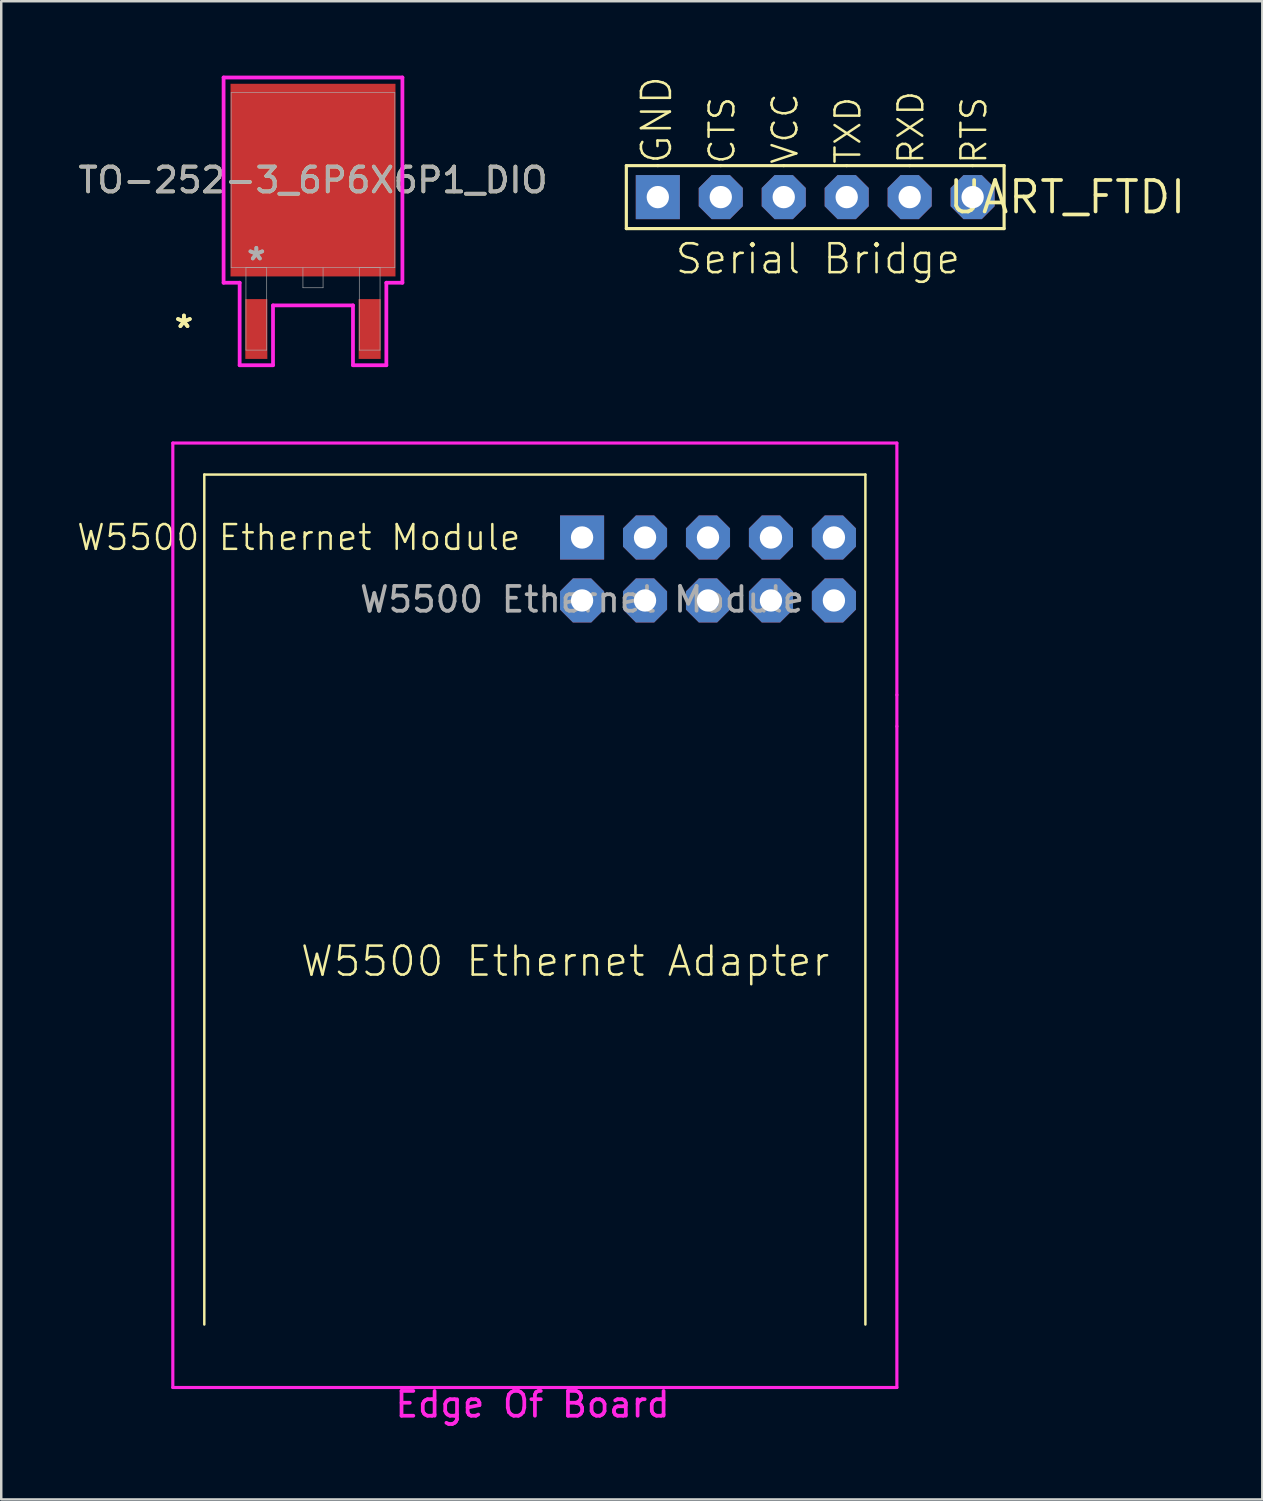
<source format=kicad_pcb>
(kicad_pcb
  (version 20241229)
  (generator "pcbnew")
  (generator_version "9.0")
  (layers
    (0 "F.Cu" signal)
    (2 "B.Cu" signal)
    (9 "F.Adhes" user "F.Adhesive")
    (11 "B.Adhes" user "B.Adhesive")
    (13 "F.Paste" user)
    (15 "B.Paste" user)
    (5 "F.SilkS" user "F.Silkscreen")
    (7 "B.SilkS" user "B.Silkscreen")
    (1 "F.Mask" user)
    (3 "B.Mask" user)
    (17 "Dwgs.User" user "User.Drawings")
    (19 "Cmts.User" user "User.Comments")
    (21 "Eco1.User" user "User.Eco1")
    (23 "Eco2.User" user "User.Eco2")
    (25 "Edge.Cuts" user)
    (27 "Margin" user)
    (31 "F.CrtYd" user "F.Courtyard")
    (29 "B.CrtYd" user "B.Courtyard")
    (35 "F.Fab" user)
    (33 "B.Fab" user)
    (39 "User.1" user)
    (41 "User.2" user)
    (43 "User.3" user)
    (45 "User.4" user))
  (footprint "W5500 Ethernet Module"
    (layer "F.Cu")
    (at 20.432 18.634)
    (property "Reference" "W5500 Ethernet Module" (at -11.43 0 0) (unlocked yes) (layer "F.SilkS") (effects (font (size 1 1) (thickness 0.1))))
    (fp_line (start -15.24 -2.54) (end -15.24 31.75) (stroke (width 0.1) (type default)) (layer "F.SilkS"))
    (fp_line (start 11.43 -2.54) (end -15.24 -2.54) (stroke (width 0.1) (type default)) (layer "F.SilkS"))
    (fp_line (start 11.43 -2.54) (end 11.43 31.75) (stroke (width 0.1) (type default)) (layer "F.SilkS"))
    (fp_line (start -16.51 -3.81) (end -16.51 34.29) (stroke (width 0.127) (type solid)) (layer "F.CrtYd"))
    (fp_line (start -16.51 34.29) (end 12.7 34.29) (stroke (width 0.127) (type solid)) (layer "F.CrtYd"))
    (fp_line (start 12.7 -3.81) (end -16.51 -3.81) (stroke (width 0.127) (type solid)) (layer "F.CrtYd"))
    (fp_line (start 12.7 6.35) (end 12.7 -3.81) (stroke (width 0.127) (type solid)) (layer "F.CrtYd"))
    (fp_line (start 12.7 7.62) (end 12.7 6.35) (stroke (width 0.127) (type solid)) (layer "F.CrtYd"))
    (fp_line (start 12.7 34.29) (end 12.7 7.62) (stroke (width 0.127) (type solid)) (layer "F.CrtYd"))
    (fp_text user "W5500 Ethernet Adapter" (at -11.43 17.78 0) (layer "F.SilkS") (effects (font (size 1.168 1.168) (thickness 0.102)) (justify left bottom)))
    (fp_text user "Edge Of Board" (at -7.62 35.56 0) (unlocked yes) (layer "F.CrtYd") (effects (font (size 1 1) (thickness 0.15)) (justify left bottom)))
    (fp_text user "${REFERENCE}" (at 0 2.5 0) (unlocked yes) (layer "F.Fab") (effects (font (size 1 1) (thickness 0.15))))
    (pad "3V3" thru_hole roundrect (at 10.16 2.54) (size 1.778 1.778) (drill 0.9) (layers "*.Cu" "*.Mask") (roundrect_rratio 0.25) (chamfer_ratio 0.293) (chamfer top_left top_right bottom_left bottom_right))
    (pad "5V" thru_hole roundrect (at 10.16 0) (size 1.778 1.778) (drill 0.9) (layers "*.Cu" "*.Mask") (roundrect_rratio 0.25) (chamfer_ratio 0.293) (chamfer top_left top_right bottom_left bottom_right))
    (pad "GND@1" thru_hole rect (at 0 0) (size 1.778 1.778) (drill 0.9) (layers "*.Cu" "*.Mask"))
    (pad "GND@2" thru_hole roundrect (at 7.62 0) (size 1.778 1.778) (drill 0.9) (layers "*.Cu" "*.Mask") (roundrect_rratio 0.25) (chamfer_ratio 0.293) (chamfer top_left top_right bottom_left bottom_right))
    (pad "INT" thru_hole roundrect (at 2.54 0) (size 1.778 1.778) (drill 0.9) (layers "*.Cu" "*.Mask") (roundrect_rratio 0.25) (chamfer_ratio 0.293) (chamfer top_left top_right bottom_left bottom_right))
    (pad "MISO" thru_hole roundrect (at 7.62 2.54) (size 1.778 1.778) (drill 0.9) (layers "*.Cu" "*.Mask") (roundrect_rratio 0.25) (chamfer_ratio 0.293) (chamfer top_left top_right bottom_left bottom_right))
    (pad "MOSI" thru_hole roundrect (at 5.08 2.54) (size 1.778 1.778) (drill 0.9) (layers "*.Cu" "*.Mask") (roundrect_rratio 0.25) (chamfer_ratio 0.293) (chamfer top_left top_right bottom_left bottom_right))
    (pad "RST" thru_hole roundrect (at 5.08 0) (size 1.778 1.778) (drill 0.9) (layers "*.Cu" "*.Mask") (roundrect_rratio 0.25) (chamfer_ratio 0.293) (chamfer top_left top_right bottom_left bottom_right))
    (pad "SCLK" thru_hole roundrect (at 0 2.54) (size 1.778 1.778) (drill 0.9) (layers "*.Cu" "*.Mask") (roundrect_rratio 0.25) (chamfer_ratio 0.293) (chamfer top_left top_right bottom_left bottom_right))
    (pad "SCS" thru_hole roundrect (at 2.54 2.54) (size 1.778 1.778) (drill 0.9) (layers "*.Cu" "*.Mask") (roundrect_rratio 0.25) (chamfer_ratio 0.293) (chamfer top_left top_right bottom_left bottom_right)))
  (footprint "TO-252-3_6P6X6P1_DIO"
    (layer "F.Cu")
    (at 9.577 4.216)
    (property "Reference" "TO-252-3_6P6X6P1_DIO" (at 0 0 0) (unlocked yes) (layer "F.SilkS") (effects (font (size 1 1) (thickness 0.15))))
    (attr smd)
    (fp_line (start -3.607 -4.14) (end 3.607 -4.14) (stroke (width 0.152) (type solid)) (layer "F.CrtYd"))
    (fp_line (start -3.607 4.14) (end -3.607 -4.14) (stroke (width 0.152) (type solid)) (layer "F.CrtYd"))
    (fp_line (start -2.959 4.14) (end -3.607 4.14) (stroke (width 0.152) (type solid)) (layer "F.CrtYd"))
    (fp_line (start -2.959 7.468) (end -2.959 4.14) (stroke (width 0.152) (type solid)) (layer "F.CrtYd"))
    (fp_line (start -1.613 5.055) (end -1.613 7.468) (stroke (width 0.152) (type solid)) (layer "F.CrtYd"))
    (fp_line (start -1.613 7.468) (end -2.959 7.468) (stroke (width 0.152) (type solid)) (layer "F.CrtYd"))
    (fp_line (start 1.613 5.055) (end -1.613 5.055) (stroke (width 0.152) (type solid)) (layer "F.CrtYd"))
    (fp_line (start 1.613 7.468) (end 1.613 5.055) (stroke (width 0.152) (type solid)) (layer "F.CrtYd"))
    (fp_line (start 2.959 4.14) (end 2.959 7.468) (stroke (width 0.152) (type solid)) (layer "F.CrtYd"))
    (fp_line (start 2.959 7.468) (end 1.613 7.468) (stroke (width 0.152) (type solid)) (layer "F.CrtYd"))
    (fp_line (start 3.607 -4.14) (end 3.607 4.14) (stroke (width 0.152) (type solid)) (layer "F.CrtYd"))
    (fp_line (start 3.607 4.14) (end 2.959 4.14) (stroke (width 0.152) (type solid)) (layer "F.CrtYd"))
    (fp_line (start -3.302 -3.531) (end -3.302 3.531) (stroke (width 0.025) (type solid)) (layer "F.Fab"))
    (fp_line (start -3.302 3.531) (end 3.302 3.531) (stroke (width 0.025) (type solid)) (layer "F.Fab"))
    (fp_line (start -2.705 3.531) (end -2.705 6.858) (stroke (width 0.025) (type solid)) (layer "F.Fab"))
    (fp_line (start -2.705 6.858) (end -1.867 6.858) (stroke (width 0.025) (type solid)) (layer "F.Fab"))
    (fp_line (start -1.867 3.531) (end -2.705 3.531) (stroke (width 0.025) (type solid)) (layer "F.Fab"))
    (fp_line (start -1.867 6.858) (end -1.867 3.531) (stroke (width 0.025) (type solid)) (layer "F.Fab"))
    (fp_line (start -0.406 3.531) (end -0.406 4.343) (stroke (width 0.025) (type solid)) (layer "F.Fab"))
    (fp_line (start -0.406 4.343) (end 0.406 4.343) (stroke (width 0.025) (type solid)) (layer "F.Fab"))
    (fp_line (start 0.406 4.343) (end 0.406 3.531) (stroke (width 0.025) (type solid)) (layer "F.Fab"))
    (fp_line (start 1.867 3.531) (end 1.867 6.858) (stroke (width 0.025) (type solid)) (layer "F.Fab"))
    (fp_line (start 1.867 6.858) (end 2.705 6.858) (stroke (width 0.025) (type solid)) (layer "F.Fab"))
    (fp_line (start 2.705 3.531) (end 1.867 3.531) (stroke (width 0.025) (type solid)) (layer "F.Fab"))
    (fp_line (start 2.705 6.858) (end 2.705 3.531) (stroke (width 0.025) (type solid)) (layer "F.Fab"))
    (fp_line (start 3.302 -3.531) (end -3.302 -3.531) (stroke (width 0.025) (type solid)) (layer "F.Fab"))
    (fp_line (start 3.302 3.531) (end 3.302 -3.531) (stroke (width 0.025) (type solid)) (layer "F.Fab"))
    (fp_text user "*" (at -5.207 6.007 0) (unlocked yes) (layer "F.SilkS") (effects (font (size 1 1) (thickness 0.15))))
    (fp_text user "*" (at -5.207 6.007 0) (layer "F.SilkS") (effects (font (size 1 1) (thickness 0.15))))
    (fp_text user "*" (at -2.286 3.277 0) (layer "F.Fab") (effects (font (size 1 1) (thickness 0.15))))
    (fp_text user "${REFERENCE}" (at 0 0 0) (unlocked yes) (layer "F.Fab") (effects (font (size 1 1) (thickness 0.15))))
    (fp_text user "*" (at -2.286 3.277 0) (unlocked yes) (layer "F.Fab") (effects (font (size 1 1) (thickness 0.15))))
    (pad "1" smd rect (at -2.286 6.007) (size 0.889 2.413) (layers "F.Cu" "F.Mask" "F.Paste"))
    (pad "2" smd rect (at 0 0) (size 6.655 7.772) (layers "F.Cu" "F.Mask" "F.Paste"))
    (pad "3" smd rect (at 2.286 6.007) (size 0.889 2.413) (layers "F.Cu" "F.Mask" "F.Paste")))
  (footprint "UART_FTDI"
    (layer "F.Cu")
    (at 29.838 4.902)
    (property "Reference" "UART_FTDI" (at 10.16 0 0) (layer "F.SilkS") (effects (font (size 1.27 1.27) (thickness 0.15))))
    (fp_line (start -7.62 -1.27) (end -7.62 1.27) (stroke (width 0.127) (type solid)) (layer "F.SilkS"))
    (fp_line (start -7.62 1.27) (end 7.62 1.27) (stroke (width 0.127) (type solid)) (layer "F.SilkS"))
    (fp_line (start -6.35 -1.27) (end -7.62 -1.27) (stroke (width 0.127) (type solid)) (layer "F.SilkS"))
    (fp_line (start -3.81 -1.27) (end -6.35 -1.27) (stroke (width 0.127) (type solid)) (layer "F.SilkS"))
    (fp_line (start -1.27 -1.27) (end -3.81 -1.27) (stroke (width 0.127) (type solid)) (layer "F.SilkS"))
    (fp_line (start 1.27 -1.27) (end -1.27 -1.27) (stroke (width 0.127) (type solid)) (layer "F.SilkS"))
    (fp_line (start 3.81 -1.27) (end 1.27 -1.27) (stroke (width 0.127) (type solid)) (layer "F.SilkS"))
    (fp_line (start 6.35 -1.27) (end 3.81 -1.27) (stroke (width 0.127) (type solid)) (layer "F.SilkS"))
    (fp_line (start 7.62 -1.27) (end 6.35 -1.27) (stroke (width 0.127) (type solid)) (layer "F.SilkS"))
    (fp_line (start 7.62 1.27) (end 7.62 -1.27) (stroke (width 0.127) (type solid)) (layer "F.SilkS"))
    (fp_text user "VCC" (at -0.635 -1.27 90) (unlocked yes) (layer "F.SilkS") (effects (font (size 1 1) (thickness 0.1)) (justify left bottom)))
    (fp_text user "TXD" (at 1.905 -1.27 90) (unlocked yes) (layer "F.SilkS") (effects (font (size 1 1) (thickness 0.1)) (justify left bottom)))
    (fp_text user "CTS" (at -3.175 -1.27 90) (unlocked yes) (layer "F.SilkS") (effects (font (size 1 1) (thickness 0.1)) (justify left bottom)))
    (fp_text user "Serial Bridge" (at -5.715 3.175 0) (unlocked yes) (layer "F.SilkS") (effects (font (size 1.168 1.168) (thickness 0.102)) (justify left bottom)))
    (fp_text user "GND" (at -5.715 -1.27 90) (unlocked yes) (layer "F.SilkS") (effects (font (size 1.168 1.168) (thickness 0.102)) (justify left bottom)))
    (fp_text user "RTS" (at 6.985 -1.27 90) (unlocked yes) (layer "F.SilkS") (effects (font (size 1 1) (thickness 0.1)) (justify left bottom)))
    (fp_text user "RXD" (at 4.445 -1.27 90) (unlocked yes) (layer "F.SilkS") (effects (font (size 1 1) (thickness 0.1)) (justify left bottom)))
    (pad "CTS" thru_hole roundrect (at -3.81 0) (size 1.778 1.778) (drill 0.9) (layers "*.Cu" "*.Mask") (roundrect_rratio 0.25) (chamfer_ratio 0.293) (chamfer top_left top_right bottom_left bottom_right))
    (pad "GND" thru_hole rect (at -6.35 0) (size 1.778 1.778) (drill 0.9) (layers "*.Cu" "*.Mask"))
    (pad "RTS" thru_hole roundrect (at 6.35 0) (size 1.778 1.778) (drill 0.9) (layers "*.Cu" "*.Mask") (roundrect_rratio 0.25) (chamfer_ratio 0.293) (chamfer top_left top_right bottom_left bottom_right))
    (pad "RXD" thru_hole roundrect (at 3.81 0) (size 1.778 1.778) (drill 0.9) (layers "*.Cu" "*.Mask") (roundrect_rratio 0.25) (chamfer_ratio 0.293) (chamfer top_left top_right bottom_left bottom_right))
    (pad "TXD" thru_hole roundrect (at 1.27 0) (size 1.778 1.778) (drill 0.9) (layers "*.Cu" "*.Mask") (roundrect_rratio 0.25) (chamfer_ratio 0.293) (chamfer top_left top_right bottom_left bottom_right))
    (pad "VCC" thru_hole roundrect (at -1.27 0) (size 1.778 1.778) (drill 0.9) (layers "*.Cu" "*.Mask") (roundrect_rratio 0.25) (chamfer_ratio 0.293) (chamfer top_left top_right bottom_left bottom_right)))
  (gr_rect
    (start -3 -3)
    (end 47.874 57.44)
    (stroke (width 0.1) (type default))
    (fill no)
    (layer "Edge.Cuts")))
</source>
